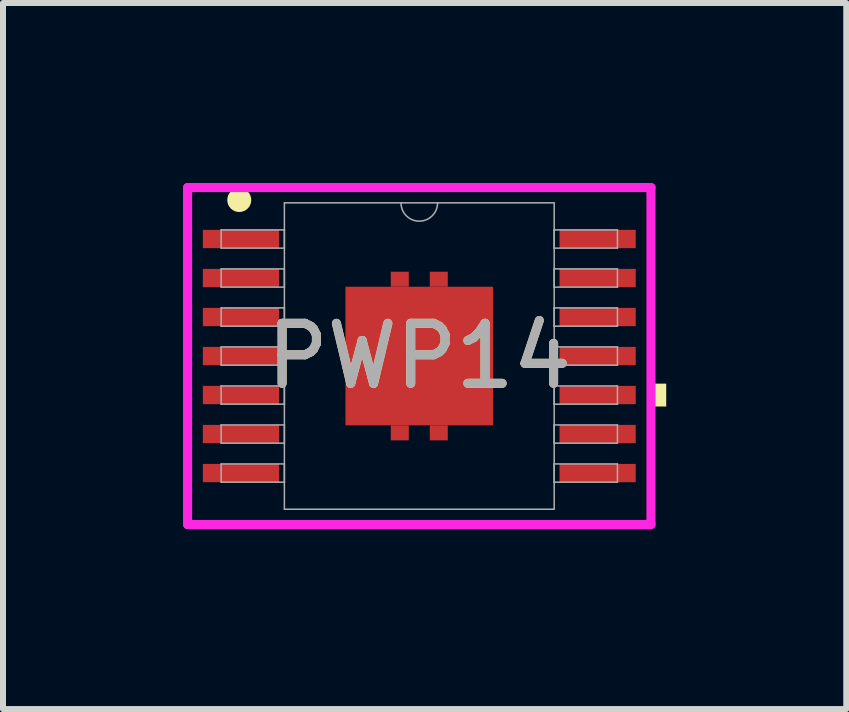
<source format=kicad_pcb>
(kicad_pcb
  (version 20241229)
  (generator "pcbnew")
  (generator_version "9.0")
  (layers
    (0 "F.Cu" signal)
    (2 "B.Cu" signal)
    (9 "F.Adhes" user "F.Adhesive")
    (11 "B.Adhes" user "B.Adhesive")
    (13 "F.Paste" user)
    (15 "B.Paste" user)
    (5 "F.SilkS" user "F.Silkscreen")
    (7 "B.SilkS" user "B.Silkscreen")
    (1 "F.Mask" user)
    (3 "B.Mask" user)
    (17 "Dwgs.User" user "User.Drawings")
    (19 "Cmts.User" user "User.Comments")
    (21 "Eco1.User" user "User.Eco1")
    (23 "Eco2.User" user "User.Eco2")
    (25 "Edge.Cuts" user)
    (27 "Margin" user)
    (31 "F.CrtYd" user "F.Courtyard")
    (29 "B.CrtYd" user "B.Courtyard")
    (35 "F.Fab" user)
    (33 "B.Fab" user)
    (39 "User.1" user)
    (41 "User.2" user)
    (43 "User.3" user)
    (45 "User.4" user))
  (footprint "PWP14"
    (layer "F.Cu")
    (at 3.937 2.883)
    (property "Reference" "PWP14" (at 0 0 0) (unlocked yes) (layer "F.SilkS") (effects (font (size 1 1) (thickness 0.15))))
    (attr smd)
    (fp_poly (pts (xy -0.175 -1.155) (xy -0.175 -1.405) (xy -0.475 -1.405) (xy -0.475 -1.155)) (stroke (width 0) (type solid)) (fill yes) (layer "F.Mask"))
    (fp_poly (pts (xy -0.175 1.155) (xy -0.175 1.405) (xy -0.475 1.405) (xy -0.475 1.155)) (stroke (width 0) (type solid)) (fill yes) (layer "F.Mask"))
    (fp_poly (pts (xy 0.175 -1.155) (xy 0.175 -1.405) (xy 0.475 -1.405) (xy 0.475 -1.155)) (stroke (width 0) (type solid)) (fill yes) (layer "F.Mask"))
    (fp_poly (pts (xy 0.175 1.155) (xy 0.175 1.405) (xy 0.475 1.405) (xy 0.475 1.155)) (stroke (width 0) (type solid)) (fill yes) (layer "F.Mask"))
    (fp_circle (center -3 -2.6) (end -2.8 -2.6) (stroke (width 0) (type solid)) (fill yes) (layer "F.SilkS"))
    (fp_poly (pts (xy 4.115 0.46) (xy 4.115 0.841) (xy 3.861 0.841) (xy 3.861 0.46)) (stroke (width 0) (type solid)) (fill yes) (layer "F.SilkS"))
    (fp_line (start -3.861 -2.807) (end 3.861 -2.807) (stroke (width 0.152) (type solid)) (layer "F.CrtYd"))
    (fp_line (start -3.861 2.807) (end -3.861 -2.807) (stroke (width 0.152) (type solid)) (layer "F.CrtYd"))
    (fp_line (start 3.861 -2.807) (end 3.861 2.807) (stroke (width 0.152) (type solid)) (layer "F.CrtYd"))
    (fp_line (start 3.861 2.807) (end -3.861 2.807) (stroke (width 0.152) (type solid)) (layer "F.CrtYd"))
    (fp_line (start -3.302 -2.102) (end -3.302 -1.798) (stroke (width 0.025) (type solid)) (layer "F.Fab"))
    (fp_line (start -3.302 -1.798) (end -2.248 -1.798) (stroke (width 0.025) (type solid)) (layer "F.Fab"))
    (fp_line (start -3.302 -1.452) (end -3.302 -1.148) (stroke (width 0.025) (type solid)) (layer "F.Fab"))
    (fp_line (start -3.302 -1.148) (end -2.248 -1.148) (stroke (width 0.025) (type solid)) (layer "F.Fab"))
    (fp_line (start -3.302 -0.802) (end -3.302 -0.498) (stroke (width 0.025) (type solid)) (layer "F.Fab"))
    (fp_line (start -3.302 -0.498) (end -2.248 -0.498) (stroke (width 0.025) (type solid)) (layer "F.Fab"))
    (fp_line (start -3.302 -0.152) (end -3.302 0.152) (stroke (width 0.025) (type solid)) (layer "F.Fab"))
    (fp_line (start -3.302 0.152) (end -2.248 0.152) (stroke (width 0.025) (type solid)) (layer "F.Fab"))
    (fp_line (start -3.302 0.498) (end -3.302 0.802) (stroke (width 0.025) (type solid)) (layer "F.Fab"))
    (fp_line (start -3.302 0.802) (end -2.248 0.802) (stroke (width 0.025) (type solid)) (layer "F.Fab"))
    (fp_line (start -3.302 1.148) (end -3.302 1.452) (stroke (width 0.025) (type solid)) (layer "F.Fab"))
    (fp_line (start -3.302 1.452) (end -2.248 1.452) (stroke (width 0.025) (type solid)) (layer "F.Fab"))
    (fp_line (start -3.302 1.798) (end -3.302 2.102) (stroke (width 0.025) (type solid)) (layer "F.Fab"))
    (fp_line (start -3.302 2.102) (end -2.248 2.102) (stroke (width 0.025) (type solid)) (layer "F.Fab"))
    (fp_line (start -2.248 -2.553) (end -2.248 2.553) (stroke (width 0.025) (type solid)) (layer "F.Fab"))
    (fp_line (start -2.248 -2.102) (end -3.302 -2.102) (stroke (width 0.025) (type solid)) (layer "F.Fab"))
    (fp_line (start -2.248 -1.798) (end -2.248 -2.102) (stroke (width 0.025) (type solid)) (layer "F.Fab"))
    (fp_line (start -2.248 -1.452) (end -3.302 -1.452) (stroke (width 0.025) (type solid)) (layer "F.Fab"))
    (fp_line (start -2.248 -1.148) (end -2.248 -1.452) (stroke (width 0.025) (type solid)) (layer "F.Fab"))
    (fp_line (start -2.248 -0.802) (end -3.302 -0.802) (stroke (width 0.025) (type solid)) (layer "F.Fab"))
    (fp_line (start -2.248 -0.498) (end -2.248 -0.802) (stroke (width 0.025) (type solid)) (layer "F.Fab"))
    (fp_line (start -2.248 -0.152) (end -3.302 -0.152) (stroke (width 0.025) (type solid)) (layer "F.Fab"))
    (fp_line (start -2.248 0.152) (end -2.248 -0.152) (stroke (width 0.025) (type solid)) (layer "F.Fab"))
    (fp_line (start -2.248 0.498) (end -3.302 0.498) (stroke (width 0.025) (type solid)) (layer "F.Fab"))
    (fp_line (start -2.248 0.802) (end -2.248 0.498) (stroke (width 0.025) (type solid)) (layer "F.Fab"))
    (fp_line (start -2.248 1.148) (end -3.302 1.148) (stroke (width 0.025) (type solid)) (layer "F.Fab"))
    (fp_line (start -2.248 1.452) (end -2.248 1.148) (stroke (width 0.025) (type solid)) (layer "F.Fab"))
    (fp_line (start -2.248 1.798) (end -3.302 1.798) (stroke (width 0.025) (type solid)) (layer "F.Fab"))
    (fp_line (start -2.248 2.102) (end -2.248 1.798) (stroke (width 0.025) (type solid)) (layer "F.Fab"))
    (fp_line (start -2.248 2.553) (end 2.248 2.553) (stroke (width 0.025) (type solid)) (layer "F.Fab"))
    (fp_line (start 2.248 -2.553) (end -2.248 -2.553) (stroke (width 0.025) (type solid)) (layer "F.Fab"))
    (fp_line (start 2.248 -2.102) (end 2.248 -1.798) (stroke (width 0.025) (type solid)) (layer "F.Fab"))
    (fp_line (start 2.248 -1.798) (end 3.302 -1.798) (stroke (width 0.025) (type solid)) (layer "F.Fab"))
    (fp_line (start 2.248 -1.452) (end 2.248 -1.148) (stroke (width 0.025) (type solid)) (layer "F.Fab"))
    (fp_line (start 2.248 -1.148) (end 3.302 -1.148) (stroke (width 0.025) (type solid)) (layer "F.Fab"))
    (fp_line (start 2.248 -0.802) (end 2.248 -0.498) (stroke (width 0.025) (type solid)) (layer "F.Fab"))
    (fp_line (start 2.248 -0.498) (end 3.302 -0.498) (stroke (width 0.025) (type solid)) (layer "F.Fab"))
    (fp_line (start 2.248 -0.152) (end 2.248 0.152) (stroke (width 0.025) (type solid)) (layer "F.Fab"))
    (fp_line (start 2.248 0.152) (end 3.302 0.152) (stroke (width 0.025) (type solid)) (layer "F.Fab"))
    (fp_line (start 2.248 0.498) (end 2.248 0.802) (stroke (width 0.025) (type solid)) (layer "F.Fab"))
    (fp_line (start 2.248 0.802) (end 3.302 0.802) (stroke (width 0.025) (type solid)) (layer "F.Fab"))
    (fp_line (start 2.248 1.148) (end 2.248 1.452) (stroke (width 0.025) (type solid)) (layer "F.Fab"))
    (fp_line (start 2.248 1.452) (end 3.302 1.452) (stroke (width 0.025) (type solid)) (layer "F.Fab"))
    (fp_line (start 2.248 1.798) (end 2.248 2.102) (stroke (width 0.025) (type solid)) (layer "F.Fab"))
    (fp_line (start 2.248 2.102) (end 3.302 2.102) (stroke (width 0.025) (type solid)) (layer "F.Fab"))
    (fp_line (start 2.248 2.553) (end 2.248 -2.553) (stroke (width 0.025) (type solid)) (layer "F.Fab"))
    (fp_line (start 3.302 -2.102) (end 2.248 -2.102) (stroke (width 0.025) (type solid)) (layer "F.Fab"))
    (fp_line (start 3.302 -1.798) (end 3.302 -2.102) (stroke (width 0.025) (type solid)) (layer "F.Fab"))
    (fp_line (start 3.302 -1.452) (end 2.248 -1.452) (stroke (width 0.025) (type solid)) (layer "F.Fab"))
    (fp_line (start 3.302 -1.148) (end 3.302 -1.452) (stroke (width 0.025) (type solid)) (layer "F.Fab"))
    (fp_line (start 3.302 -0.802) (end 2.248 -0.802) (stroke (width 0.025) (type solid)) (layer "F.Fab"))
    (fp_line (start 3.302 -0.498) (end 3.302 -0.802) (stroke (width 0.025) (type solid)) (layer "F.Fab"))
    (fp_line (start 3.302 -0.152) (end 2.248 -0.152) (stroke (width 0.025) (type solid)) (layer "F.Fab"))
    (fp_line (start 3.302 0.152) (end 3.302 -0.152) (stroke (width 0.025) (type solid)) (layer "F.Fab"))
    (fp_line (start 3.302 0.498) (end 2.248 0.498) (stroke (width 0.025) (type solid)) (layer "F.Fab"))
    (fp_line (start 3.302 0.802) (end 3.302 0.498) (stroke (width 0.025) (type solid)) (layer "F.Fab"))
    (fp_line (start 3.302 1.148) (end 2.248 1.148) (stroke (width 0.025) (type solid)) (layer "F.Fab"))
    (fp_line (start 3.302 1.452) (end 3.302 1.148) (stroke (width 0.025) (type solid)) (layer "F.Fab"))
    (fp_line (start 3.302 1.798) (end 2.248 1.798) (stroke (width 0.025) (type solid)) (layer "F.Fab"))
    (fp_line (start 3.302 2.102) (end 3.302 1.798) (stroke (width 0.025) (type solid)) (layer "F.Fab"))
    (fp_arc (start 0.3048 -2.5527) (mid 0 -2.2479) (end -0.3048 -2.5527) (stroke (width 0.0254) (type solid)) (layer "F.Fab"))
    (fp_text user "${REFERENCE}" (at 0 0 0) (unlocked yes) (layer "F.Fab") (effects (font (size 1 1) (thickness 0.15))))
    (pad "1" smd rect (at -2.972 -1.95) (size 1.27 0.305) (layers "F.Cu" "F.Mask" "F.Paste"))
    (pad "2" smd rect (at -2.972 -1.3) (size 1.27 0.305) (layers "F.Cu" "F.Mask" "F.Paste"))
    (pad "3" smd rect (at -2.972 -0.65) (size 1.27 0.305) (layers "F.Cu" "F.Mask" "F.Paste"))
    (pad "4" smd rect (at -2.972 0) (size 1.27 0.305) (layers "F.Cu" "F.Mask" "F.Paste"))
    (pad "5" smd rect (at -2.972 0.65) (size 1.27 0.305) (layers "F.Cu" "F.Mask" "F.Paste"))
    (pad "6" smd rect (at -2.972 1.3) (size 1.27 0.305) (layers "F.Cu" "F.Mask" "F.Paste"))
    (pad "7" smd rect (at -2.972 1.95) (size 1.27 0.305) (layers "F.Cu" "F.Mask" "F.Paste"))
    (pad "8" smd rect (at 2.972 1.95) (size 1.27 0.305) (layers "F.Cu" "F.Mask" "F.Paste"))
    (pad "9" smd rect (at 2.972 1.3) (size 1.27 0.305) (layers "F.Cu" "F.Mask" "F.Paste"))
    (pad "10" smd rect (at 2.972 0.65) (size 1.27 0.305) (layers "F.Cu" "F.Mask" "F.Paste"))
    (pad "11" smd rect (at 2.972 0) (size 1.27 0.305) (layers "F.Cu" "F.Mask" "F.Paste"))
    (pad "12" smd rect (at 2.972 -0.65) (size 1.27 0.305) (layers "F.Cu" "F.Mask" "F.Paste"))
    (pad "13" smd rect (at 2.972 -1.3) (size 1.27 0.305) (layers "F.Cu" "F.Mask" "F.Paste"))
    (pad "14" smd rect (at 2.972 -1.95) (size 1.27 0.305) (layers "F.Cu" "F.Mask" "F.Paste"))
    (pad "15" smd rect (at -0.325 -1.28) (size 0.3 0.25) (layers "F.Cu" "F.Mask" "F.Paste"))
    (pad "15" smd rect (at -0.325 1.28) (size 0.3 0.25) (layers "F.Cu" "F.Mask" "F.Paste"))
    (pad "15" smd rect (at 0 0) (size 2.46 2.31) (layers "F.Cu" "F.Mask" "F.Paste"))
    (pad "15" smd rect (at 0.325 -1.28) (size 0.3 0.25) (layers "F.Cu" "F.Mask" "F.Paste"))
    (pad "15" smd rect (at 0.325 1.28) (size 0.3 0.25) (layers "F.Cu" "F.Mask" "F.Paste")))
  (gr_rect
    (start -3 -3)
    (end 11.052 8.766)
    (stroke (width 0.1) (type default))
    (fill no)
    (layer "Edge.Cuts")))
</source>
